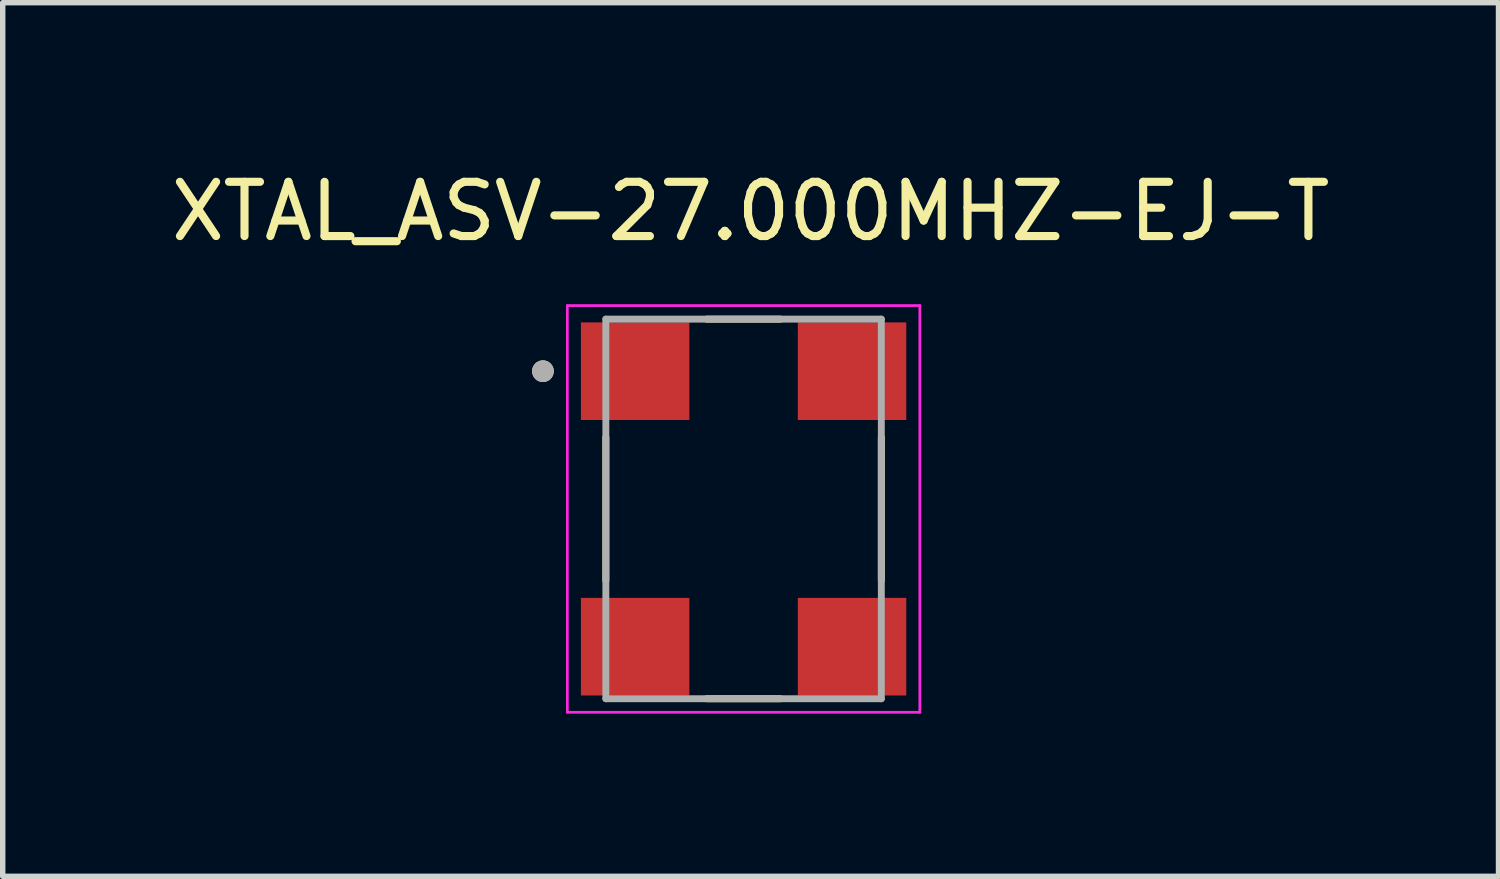
<source format=kicad_pcb>
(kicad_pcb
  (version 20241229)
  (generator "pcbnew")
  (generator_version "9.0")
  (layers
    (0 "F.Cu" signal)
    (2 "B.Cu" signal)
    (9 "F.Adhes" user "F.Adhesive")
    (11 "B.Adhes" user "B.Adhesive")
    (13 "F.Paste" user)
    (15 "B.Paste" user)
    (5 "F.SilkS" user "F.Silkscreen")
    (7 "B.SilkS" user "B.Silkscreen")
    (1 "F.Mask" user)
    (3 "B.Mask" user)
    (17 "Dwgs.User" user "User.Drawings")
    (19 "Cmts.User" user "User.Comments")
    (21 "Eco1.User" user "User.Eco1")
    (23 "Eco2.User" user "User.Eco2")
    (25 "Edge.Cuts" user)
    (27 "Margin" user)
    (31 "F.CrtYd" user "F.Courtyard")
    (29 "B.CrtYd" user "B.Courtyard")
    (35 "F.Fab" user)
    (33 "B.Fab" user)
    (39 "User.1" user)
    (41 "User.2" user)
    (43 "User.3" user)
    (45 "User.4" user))
  (footprint "XTAL_ASV-27.000MHZ-EJ-T"
    (layer "F.Cu")
    (at 10.662 6.335)
    (property "Reference" "XTAL_ASV-27.000MHZ-EJ-T" (at 0.13 -5.487 0) (layer "F.SilkS") (effects (font (size 1 1) (thickness 0.15))))
    (attr smd)
    (fp_line (start -2.54 -1.32) (end -2.54 1.32) (stroke (width 0.127) (type solid)) (layer "F.SilkS"))
    (fp_line (start -0.68 -3.5) (end 0.68 -3.5) (stroke (width 0.127) (type solid)) (layer "F.SilkS"))
    (fp_line (start -0.68 3.5) (end 0.68 3.5) (stroke (width 0.127) (type solid)) (layer "F.SilkS"))
    (fp_line (start 2.54 -1.32) (end 2.54 1.32) (stroke (width 0.127) (type solid)) (layer "F.SilkS"))
    (fp_circle (center -3.7 -2.54) (end -3.6 -2.54) (stroke (width 0.2) (type solid)) (fill no) (layer "F.SilkS"))
    (fp_line (start -3.25 -3.75) (end -3.25 3.75) (stroke (width 0.05) (type solid)) (layer "F.CrtYd"))
    (fp_line (start -3.25 3.75) (end 3.25 3.75) (stroke (width 0.05) (type solid)) (layer "F.CrtYd"))
    (fp_line (start 3.25 -3.75) (end -3.25 -3.75) (stroke (width 0.05) (type solid)) (layer "F.CrtYd"))
    (fp_line (start 3.25 3.75) (end 3.25 -3.75) (stroke (width 0.05) (type solid)) (layer "F.CrtYd"))
    (fp_line (start -2.54 -3.5) (end 2.54 -3.5) (stroke (width 0.127) (type solid)) (layer "F.Fab"))
    (fp_line (start -2.54 3.5) (end -2.54 -3.5) (stroke (width 0.127) (type solid)) (layer "F.Fab"))
    (fp_line (start 2.54 -3.5) (end 2.54 3.5) (stroke (width 0.127) (type solid)) (layer "F.Fab"))
    (fp_line (start 2.54 3.5) (end -2.54 3.5) (stroke (width 0.127) (type solid)) (layer "F.Fab"))
    (fp_circle (center -3.7 -2.54) (end -3.6 -2.54) (stroke (width 0.2) (type solid)) (fill no) (layer "F.Fab"))
    (pad "1" smd rect (at -2 -2.54) (size 2 1.8) (layers "F.Cu" "F.Mask" "F.Paste"))
    (pad "2" smd rect (at -2 2.54) (size 2 1.8) (layers "F.Cu" "F.Mask" "F.Paste"))
    (pad "3" smd rect (at 2 2.54) (size 2 1.8) (layers "F.Cu" "F.Mask" "F.Paste"))
    (pad "4" smd rect (at 2 -2.54) (size 2 1.8) (layers "F.Cu" "F.Mask" "F.Paste")))
  (gr_rect
    (start -3 -3)
    (end 24.583 13.11)
    (stroke (width 0.1) (type default))
    (fill no)
    (layer "Edge.Cuts")))
</source>
